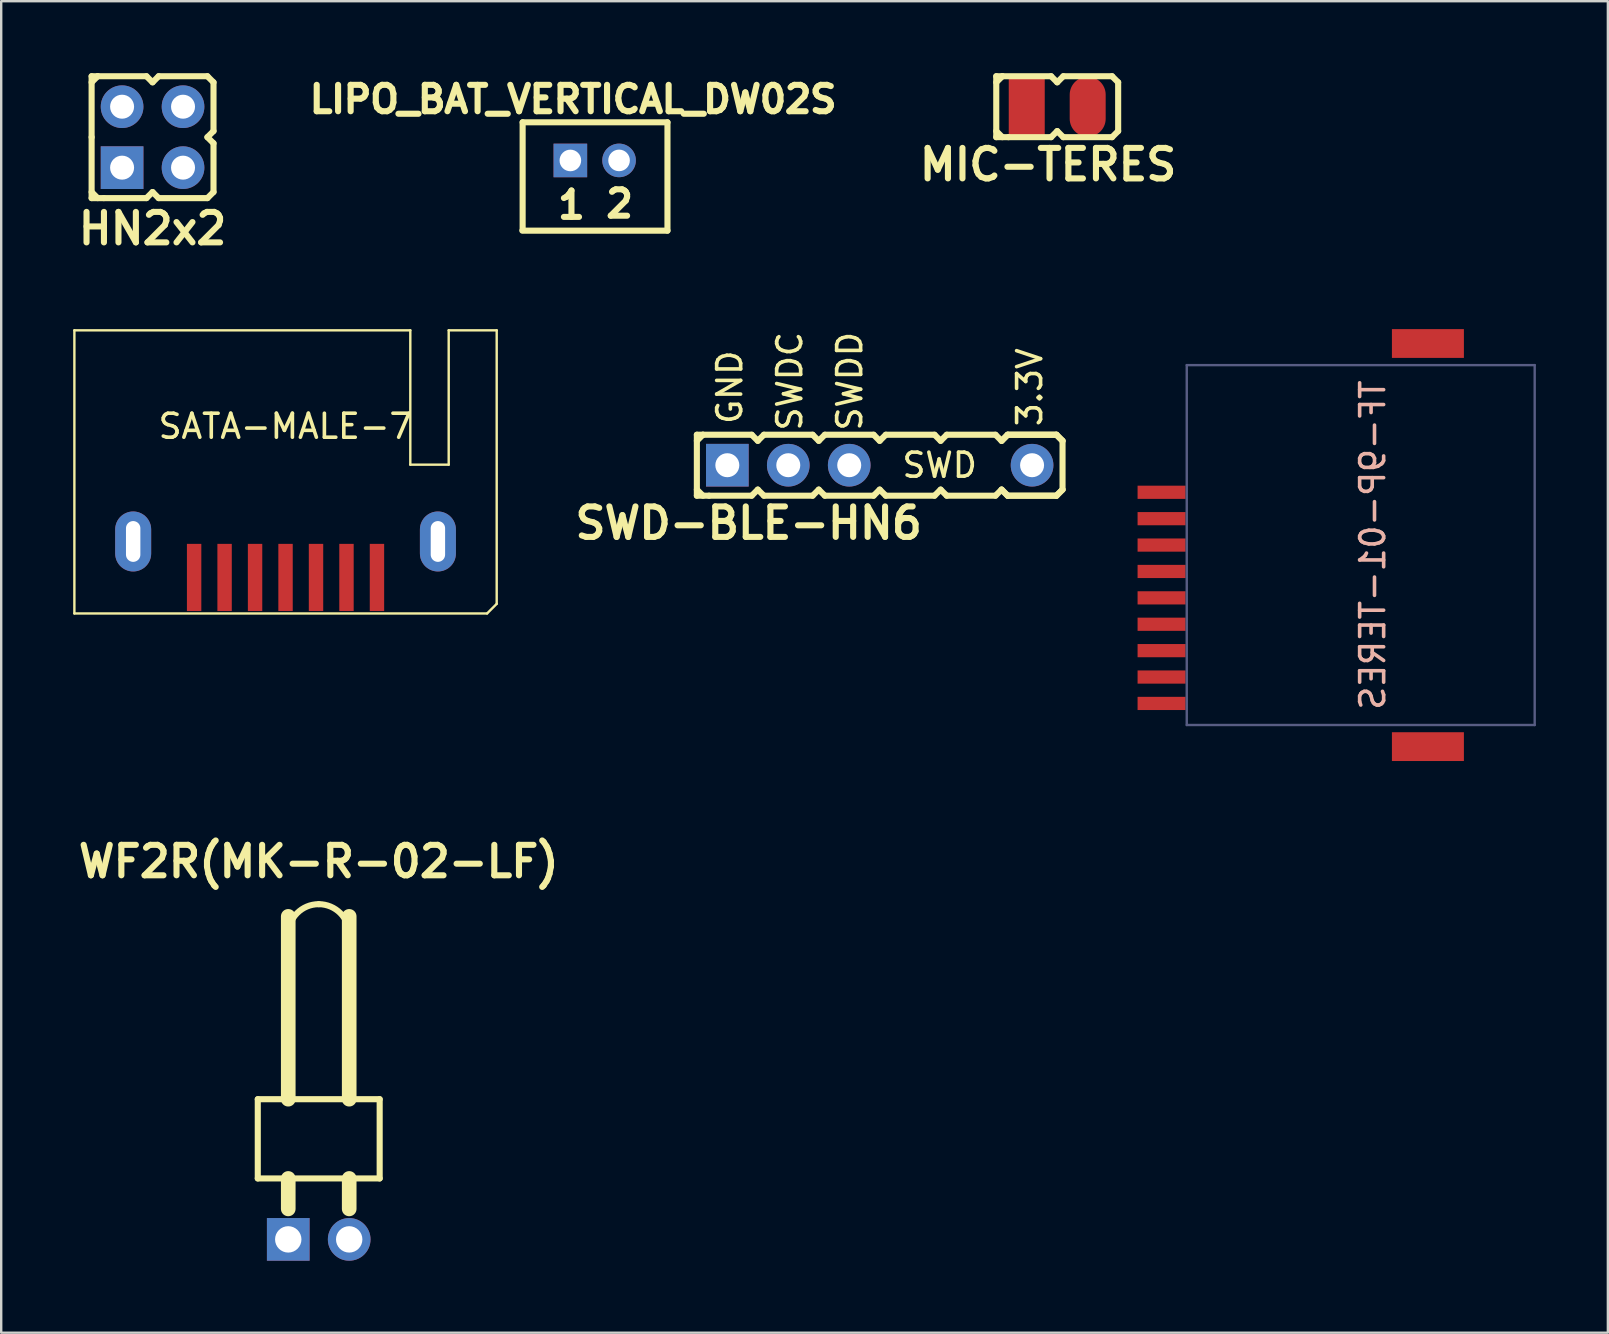
<source format=kicad_pcb>
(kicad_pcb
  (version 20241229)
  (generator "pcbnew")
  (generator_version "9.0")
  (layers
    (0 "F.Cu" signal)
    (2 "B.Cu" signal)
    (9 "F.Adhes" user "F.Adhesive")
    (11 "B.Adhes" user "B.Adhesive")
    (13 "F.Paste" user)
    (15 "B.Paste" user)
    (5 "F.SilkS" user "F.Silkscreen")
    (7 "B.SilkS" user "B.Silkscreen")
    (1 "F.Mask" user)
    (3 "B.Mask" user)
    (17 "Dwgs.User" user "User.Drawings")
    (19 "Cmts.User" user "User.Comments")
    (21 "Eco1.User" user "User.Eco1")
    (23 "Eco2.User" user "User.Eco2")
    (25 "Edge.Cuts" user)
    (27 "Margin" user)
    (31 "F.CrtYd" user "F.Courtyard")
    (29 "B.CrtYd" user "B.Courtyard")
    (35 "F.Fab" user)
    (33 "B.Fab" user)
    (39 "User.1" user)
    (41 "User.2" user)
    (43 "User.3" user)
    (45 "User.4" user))
  (footprint "HN2x2"
    (layer "F.Cu")
    (at 3.308 2.667)
    (property "Reference" "HN2x2" (at 0 3.81 0) (layer "F.SilkS") (effects (font (size 1.27 1.27) (thickness 0.254))))
    (attr smd)
    (fp_line (start -2.54 -2.54) (end -2.54 0) (stroke (width 0.254) (type solid)) (layer "F.SilkS"))
    (fp_line (start -2.54 -2.54) (end -2.286 -2.54) (stroke (width 0.254) (type solid)) (layer "F.SilkS"))
    (fp_line (start -2.54 -2.286) (end -2.286 -2.54) (stroke (width 0.254) (type solid)) (layer "F.SilkS"))
    (fp_line (start -2.54 0) (end -2.54 2.54) (stroke (width 0.254) (type solid)) (layer "F.SilkS"))
    (fp_line (start -2.286 -2.54) (end -0.254 -2.54) (stroke (width 0.254) (type solid)) (layer "F.SilkS"))
    (fp_line (start -2.286 2.54) (end -2.54 2.286) (stroke (width 0.254) (type solid)) (layer "F.SilkS"))
    (fp_line (start -2.032 2.54) (end -2.54 2.54) (stroke (width 0.254) (type solid)) (layer "F.SilkS"))
    (fp_line (start -0.254 -2.54) (end 0 -2.286) (stroke (width 0.254) (type solid)) (layer "F.SilkS"))
    (fp_line (start -0.254 2.54) (end -2.032 2.54) (stroke (width 0.254) (type solid)) (layer "F.SilkS"))
    (fp_line (start 0 -2.286) (end 0.254 -2.54) (stroke (width 0.254) (type solid)) (layer "F.SilkS"))
    (fp_line (start 0 2.286) (end -0.254 2.54) (stroke (width 0.254) (type solid)) (layer "F.SilkS"))
    (fp_line (start 0.254 -2.54) (end 2.286 -2.54) (stroke (width 0.254) (type solid)) (layer "F.SilkS"))
    (fp_line (start 0.254 2.54) (end 0 2.286) (stroke (width 0.254) (type solid)) (layer "F.SilkS"))
    (fp_line (start 2.286 -2.54) (end 2.54 -2.286) (stroke (width 0.254) (type solid)) (layer "F.SilkS"))
    (fp_line (start 2.286 0) (end 2.54 0.254) (stroke (width 0.254) (type solid)) (layer "F.SilkS"))
    (fp_line (start 2.286 2.54) (end 0.254 2.54) (stroke (width 0.254) (type solid)) (layer "F.SilkS"))
    (fp_line (start 2.286 2.54) (end 2.54 2.286) (stroke (width 0.254) (type solid)) (layer "F.SilkS"))
    (fp_line (start 2.54 -2.286) (end 2.54 -0.254) (stroke (width 0.254) (type solid)) (layer "F.SilkS"))
    (fp_line (start 2.54 -0.254) (end 2.286 0) (stroke (width 0.254) (type solid)) (layer "F.SilkS"))
    (fp_line (start 2.54 0.254) (end 2.54 2.286) (stroke (width 0.254) (type solid)) (layer "F.SilkS"))
    (pad "1" thru_hole rect (at -1.27 1.27) (size 1.778 1.778) (drill 1) (layers "*.Cu" "*.Mask"))
    (pad "2" thru_hole oval (at -1.27 -1.27) (size 1.778 1.778) (drill 1) (layers "*.Cu" "*.Mask"))
    (pad "3" thru_hole circle (at 1.27 1.27) (size 1.778 1.778) (drill 1) (layers "*.Cu" "*.Mask"))
    (pad "4" thru_hole circle (at 1.27 -1.27) (size 1.778 1.778) (drill 1) (layers "*.Cu" "*.Mask")))
  (footprint "MIC-TERES"
    (layer "F.Cu")
    (at 41.01 1.397)
    (property "Reference" "MIC-TERES" (at -0.381 2.413 0) (layer "F.SilkS") (effects (font (size 1.27 1.27) (thickness 0.254))))
    (attr smd)
    (fp_line (start -2.54 -1.27) (end -2.54 1.27) (stroke (width 0.254) (type solid)) (layer "F.SilkS"))
    (fp_line (start -2.54 -1.27) (end -2.286 -1.27) (stroke (width 0.254) (type solid)) (layer "F.SilkS"))
    (fp_line (start -2.54 -1.016) (end -2.286 -1.27) (stroke (width 0.254) (type solid)) (layer "F.SilkS"))
    (fp_line (start -2.286 -1.27) (end -0.254 -1.27) (stroke (width 0.254) (type solid)) (layer "F.SilkS"))
    (fp_line (start -2.286 1.27) (end -2.54 1.016) (stroke (width 0.254) (type solid)) (layer "F.SilkS"))
    (fp_line (start -2.032 1.27) (end -2.54 1.27) (stroke (width 0.254) (type solid)) (layer "F.SilkS"))
    (fp_line (start -0.254 -1.27) (end 0 -1.016) (stroke (width 0.254) (type solid)) (layer "F.SilkS"))
    (fp_line (start -0.254 1.27) (end -2.032 1.27) (stroke (width 0.254) (type solid)) (layer "F.SilkS"))
    (fp_line (start 0 -1.016) (end 0.254 -1.27) (stroke (width 0.254) (type solid)) (layer "F.SilkS"))
    (fp_line (start 0 1.016) (end -0.254 1.27) (stroke (width 0.254) (type solid)) (layer "F.SilkS"))
    (fp_line (start 0.254 -1.27) (end 2.286 -1.27) (stroke (width 0.254) (type solid)) (layer "F.SilkS"))
    (fp_line (start 0.254 1.27) (end 0 1.016) (stroke (width 0.254) (type solid)) (layer "F.SilkS"))
    (fp_line (start 2.286 -1.27) (end 2.54 -1.016) (stroke (width 0.254) (type solid)) (layer "F.SilkS"))
    (fp_line (start 2.286 1.27) (end 0.254 1.27) (stroke (width 0.254) (type solid)) (layer "F.SilkS"))
    (fp_line (start 2.286 1.27) (end 2.54 1.016) (stroke (width 0.254) (type solid)) (layer "F.SilkS"))
    (fp_line (start 2.54 -1.016) (end 2.54 1.016) (stroke (width 0.254) (type solid)) (layer "F.SilkS"))
    (pad "1" smd rect (at -1.27 0 90) (size 2.5 1.5) (layers "F.Cu" "F.Mask"))
    (pad "2" smd oval (at 1.27 0 90) (size 2.5 1.5) (layers "F.Cu" "F.Mask")))
  (footprint "SWD-BLE-HN6"
    (layer "F.Cu")
    (at 33.612 16.338)
    (property "Reference" "SWD-BLE-HN6" (at -5.461 2.413 0) (layer "F.SilkS") (effects (font (size 1.27 1.27) (thickness 0.254))))
    (attr smd)
    (fp_line (start -7.62 -1.27) (end -7.62 1.27) (stroke (width 0.254) (type solid)) (layer "F.SilkS"))
    (fp_line (start -7.62 -1.27) (end -7.366 -1.27) (stroke (width 0.254) (type solid)) (layer "F.SilkS"))
    (fp_line (start -7.62 -1.016) (end -7.366 -1.27) (stroke (width 0.254) (type solid)) (layer "F.SilkS"))
    (fp_line (start -7.366 -1.27) (end -5.334 -1.27) (stroke (width 0.254) (type solid)) (layer "F.SilkS"))
    (fp_line (start -7.366 1.27) (end -7.62 1.016) (stroke (width 0.254) (type solid)) (layer "F.SilkS"))
    (fp_line (start -7.112 1.27) (end -7.62 1.27) (stroke (width 0.254) (type solid)) (layer "F.SilkS"))
    (fp_line (start -5.334 -1.27) (end -5.08 -1.016) (stroke (width 0.254) (type solid)) (layer "F.SilkS"))
    (fp_line (start -5.334 1.27) (end -7.112 1.27) (stroke (width 0.254) (type solid)) (layer "F.SilkS"))
    (fp_line (start -5.08 -1.016) (end -4.826 -1.27) (stroke (width 0.254) (type solid)) (layer "F.SilkS"))
    (fp_line (start -5.08 1.016) (end -5.334 1.27) (stroke (width 0.254) (type solid)) (layer "F.SilkS"))
    (fp_line (start -4.826 -1.27) (end -2.794 -1.27) (stroke (width 0.254) (type solid)) (layer "F.SilkS"))
    (fp_line (start -4.826 1.27) (end -5.08 1.016) (stroke (width 0.254) (type solid)) (layer "F.SilkS"))
    (fp_line (start -2.794 -1.27) (end -2.54 -1.016) (stroke (width 0.254) (type solid)) (layer "F.SilkS"))
    (fp_line (start -2.794 1.27) (end -4.826 1.27) (stroke (width 0.254) (type solid)) (layer "F.SilkS"))
    (fp_line (start -2.794 1.27) (end -2.54 1.016) (stroke (width 0.254) (type solid)) (layer "F.SilkS"))
    (fp_line (start -2.54 -1.016) (end -2.286 -1.27) (stroke (width 0.254) (type solid)) (layer "F.SilkS"))
    (fp_line (start -2.54 1.016) (end -2.286 1.27) (stroke (width 0.254) (type solid)) (layer "F.SilkS"))
    (fp_line (start -2.286 -1.27) (end -0.254 -1.27) (stroke (width 0.254) (type solid)) (layer "F.SilkS"))
    (fp_line (start -0.254 -1.27) (end 0 -1.016) (stroke (width 0.254) (type solid)) (layer "F.SilkS"))
    (fp_line (start -0.254 1.27) (end -2.286 1.27) (stroke (width 0.254) (type solid)) (layer "F.SilkS"))
    (fp_line (start 0 -1.016) (end 0.254 -1.27) (stroke (width 0.254) (type solid)) (layer "F.SilkS"))
    (fp_line (start 0 1.016) (end -0.254 1.27) (stroke (width 0.254) (type solid)) (layer "F.SilkS"))
    (fp_line (start 0.254 -1.27) (end 2.286 -1.27) (stroke (width 0.254) (type solid)) (layer "F.SilkS"))
    (fp_line (start 0.254 1.27) (end 0 1.016) (stroke (width 0.254) (type solid)) (layer "F.SilkS"))
    (fp_line (start 2.286 -1.27) (end 2.54 -1.016) (stroke (width 0.254) (type solid)) (layer "F.SilkS"))
    (fp_line (start 2.286 1.27) (end 0.254 1.27) (stroke (width 0.254) (type solid)) (layer "F.SilkS"))
    (fp_line (start 2.54 -1.016) (end 2.794 -1.27) (stroke (width 0.254) (type solid)) (layer "F.SilkS"))
    (fp_line (start 2.54 1.016) (end 2.286 1.27) (stroke (width 0.254) (type solid)) (layer "F.SilkS"))
    (fp_line (start 2.794 -1.27) (end 4.826 -1.27) (stroke (width 0.254) (type solid)) (layer "F.SilkS"))
    (fp_line (start 2.794 1.27) (end 2.54 1.016) (stroke (width 0.254) (type solid)) (layer "F.SilkS"))
    (fp_line (start 4.826 -1.27) (end 5.08 -1.016) (stroke (width 0.254) (type solid)) (layer "F.SilkS"))
    (fp_line (start 4.826 1.27) (end 2.794 1.27) (stroke (width 0.254) (type solid)) (layer "F.SilkS"))
    (fp_line (start 5.08 -1.016) (end 5.334 -1.27) (stroke (width 0.254) (type solid)) (layer "F.SilkS"))
    (fp_line (start 5.08 -1.016) (end 5.334 -1.27) (stroke (width 0.254) (type solid)) (layer "F.SilkS"))
    (fp_line (start 5.08 1.016) (end 4.826 1.27) (stroke (width 0.254) (type solid)) (layer "F.SilkS"))
    (fp_line (start 5.334 -1.27) (end 7.366 -1.27) (stroke (width 0.254) (type solid)) (layer "F.SilkS"))
    (fp_line (start 5.334 -1.27) (end 7.366 -1.27) (stroke (width 0.254) (type solid)) (layer "F.SilkS"))
    (fp_line (start 5.334 1.27) (end 5.08 1.016) (stroke (width 0.254) (type solid)) (layer "F.SilkS"))
    (fp_line (start 5.334 1.27) (end 5.08 1.016) (stroke (width 0.254) (type solid)) (layer "F.SilkS"))
    (fp_line (start 7.366 -1.27) (end 7.62 -1.016) (stroke (width 0.254) (type solid)) (layer "F.SilkS"))
    (fp_line (start 7.366 -1.27) (end 7.62 -1.016) (stroke (width 0.254) (type solid)) (layer "F.SilkS"))
    (fp_line (start 7.366 1.27) (end 5.334 1.27) (stroke (width 0.254) (type solid)) (layer "F.SilkS"))
    (fp_line (start 7.366 1.27) (end 5.334 1.27) (stroke (width 0.254) (type solid)) (layer "F.SilkS"))
    (fp_line (start 7.62 -1.016) (end 7.62 1.016) (stroke (width 0.254) (type solid)) (layer "F.SilkS"))
    (fp_line (start 7.62 1.016) (end 7.366 1.27) (stroke (width 0.254) (type solid)) (layer "F.SilkS"))
    (fp_line (start 7.62 1.016) (end 7.366 1.27) (stroke (width 0.254) (type solid)) (layer "F.SilkS"))
    (fp_text user "SWDC" (at -3.75 -3.5 90) (layer "F.SilkS") (effects (font (size 1 1) (thickness 0.15))))
    (fp_text user "GND" (at -6.25 -3.25 90) (layer "F.SilkS") (effects (font (size 1 1) (thickness 0.15))))
    (fp_text user "3.3V" (at 6.25 -3.25 90) (layer "F.SilkS") (effects (font (size 1 1) (thickness 0.15))))
    (fp_text user "SWD" (at 2.5 0 0) (layer "F.SilkS") (effects (font (size 1 1) (thickness 0.15))))
    (fp_text user "SWDD" (at -1.25 -3.5 90) (layer "F.SilkS") (effects (font (size 1 1) (thickness 0.15))))
    (pad "1" thru_hole rect (at -6.35 0) (size 1.778 1.778) (drill 1) (layers "*.Cu" "*.Mask"))
    (pad "2" thru_hole circle (at -3.81 0) (size 1.778 1.778) (drill 1) (layers "*.Cu" "*.Mask"))
    (pad "3" thru_hole circle (at -1.27 0) (size 1.778 1.778) (drill 1) (layers "*.Cu" "*.Mask"))
    (pad "6" thru_hole circle (at 6.35 0) (size 1.778 1.778) (drill 1) (layers "*.Cu" "*.Mask")))
  (footprint "LIPO_BAT_VERTICAL_DW02S"
    (layer "F.Cu")
    (at 21.749 7.173)
    (property "Reference" "LIPO_BAT_VERTICAL_DW02S" (at -0.914 -6.083 0) (layer "F.SilkS") (effects (font (size 1.1 1.1) (thickness 0.254))))
    (attr smd)
    (fp_line (start -3.03 -0.61) (end 3.018 -0.61) (stroke (width 0.254) (type solid)) (layer "F.SilkS"))
    (fp_line (start -3.018 -5.126) (end -3.018 -0.632) (stroke (width 0.254) (type solid)) (layer "F.SilkS"))
    (fp_line (start 3.018 -5.126) (end -3.018 -5.126) (stroke (width 0.254) (type solid)) (layer "F.SilkS"))
    (fp_line (start 3.018 -0.61) (end 3.018 -5.126) (stroke (width 0.254) (type solid)) (layer "F.SilkS"))
    (fp_text user "2" (at 1.021 -1.73 0) (layer "F.SilkS") (effects (font (size 1.1 1.1) (thickness 0.254))))
    (fp_text user "1" (at -0.983 -1.679 0) (layer "F.SilkS") (effects (font (size 1.1 1.1) (thickness 0.254))))
    (pad "1" thru_hole rect (at -1.029 -3.536) (size 1.4 1.4) (drill 0.9) (layers "*.Cu" "*.Mask"))
    (pad "2" thru_hole circle (at 1.001 -3.538) (size 1.4 1.4) (drill 0.9) (layers "*.Cu" "*.Mask")))
  (footprint "SATA-MALE-7"
    (layer "F.Cu")
    (at 8.85 19.516)
    (property "Reference" "SATA-MALE-7" (at 0 -4.8 0) (layer "F.SilkS") (effects (font (size 1 1) (thickness 0.15))))
    (attr through_hole)
    (fp_line (start -8.8 -8.8) (end -8.8 3) (stroke (width 0.1) (type solid)) (layer "F.SilkS"))
    (fp_line (start -8.8 3) (end 8.4 3) (stroke (width 0.1) (type solid)) (layer "F.SilkS"))
    (fp_line (start 5.2 -8.8) (end -8.8 -8.8) (stroke (width 0.1) (type solid)) (layer "F.SilkS"))
    (fp_line (start 5.2 -3.2) (end 5.2 -8.8) (stroke (width 0.1) (type solid)) (layer "F.SilkS"))
    (fp_line (start 6.8 -8.8) (end 6.8 -3.2) (stroke (width 0.1) (type solid)) (layer "F.SilkS"))
    (fp_line (start 6.8 -3.2) (end 5.2 -3.2) (stroke (width 0.1) (type solid)) (layer "F.SilkS"))
    (fp_line (start 8.4 3) (end 8.8 2.6) (stroke (width 0.1) (type solid)) (layer "F.SilkS"))
    (fp_line (start 8.8 -8.8) (end 6.8 -8.8) (stroke (width 0.1) (type solid)) (layer "F.SilkS"))
    (fp_line (start 8.8 2.6) (end 8.8 -8.8) (stroke (width 0.1) (type solid)) (layer "F.SilkS"))
    (pad "0" thru_hole oval (at -6.35 0) (size 1.5 2.5) (drill oval 0.6 1.7) (layers "*.Cu" "*.Mask" "F.Paste"))
    (pad "0" thru_hole oval (at 6.35 0) (size 1.5 2.5) (drill oval 0.6 1.7) (layers "*.Cu" "*.Mask" "F.Paste"))
    (pad "1" smd rect (at -3.81 1.5) (size 0.6 2.8) (layers "F.Cu" "F.Mask" "F.Paste"))
    (pad "2" smd rect (at -2.54 1.5) (size 0.6 2.8) (layers "F.Cu" "F.Mask" "F.Paste"))
    (pad "3" smd rect (at -1.27 1.5) (size 0.6 2.8) (layers "F.Cu" "F.Mask" "F.Paste"))
    (pad "4" smd rect (at 0 1.5) (size 0.6 2.8) (layers "F.Cu" "F.Mask" "F.Paste"))
    (pad "5" smd rect (at 1.27 1.5) (size 0.6 2.8) (layers "F.Cu" "F.Mask" "F.Paste"))
    (pad "6" smd rect (at 2.54 1.5) (size 0.6 2.8) (layers "F.Cu" "F.Mask" "F.Paste"))
    (pad "7" smd rect (at 3.81 1.5) (size 0.6 2.8) (layers "F.Cu" "F.Mask" "F.Paste")))
  (footprint "WF2R(MK-R-02-LF)"
    (layer "F.Cu")
    (at 10.233 44.792)
    (property "Reference" "WF2R(MK-R-02-LF)" (at 0 -11.938 0) (layer "F.SilkS") (effects (font (size 1.27 1.27) (thickness 0.254))))
    (attr exclude_from_pos_files exclude_from_bom)
    (fp_line (start -2.54 -2.032) (end -2.54 1.27) (stroke (width 0.254) (type solid)) (layer "F.SilkS"))
    (fp_line (start -2.54 1.27) (end -1.27 1.27) (stroke (width 0.254) (type solid)) (layer "F.SilkS"))
    (fp_line (start -1.27 -2.032) (end -2.54 -2.032) (stroke (width 0.254) (type solid)) (layer "F.SilkS"))
    (fp_line (start -1.27 -2.032) (end -1.27 -9.652) (stroke (width 0.61) (type solid)) (layer "F.SilkS"))
    (fp_line (start -1.27 -2.032) (end -1.27 -8.89) (stroke (width 0.254) (type solid)) (layer "F.SilkS"))
    (fp_line (start -1.27 1.27) (end -1.27 2.54) (stroke (width 0.61) (type solid)) (layer "F.SilkS"))
    (fp_line (start -1.27 1.27) (end 1.27 1.27) (stroke (width 0.254) (type solid)) (layer "F.SilkS"))
    (fp_line (start 1.27 -8.89) (end 1.27 -2.032) (stroke (width 0.254) (type solid)) (layer "F.SilkS"))
    (fp_line (start 1.27 -2.032) (end -1.27 -2.032) (stroke (width 0.254) (type solid)) (layer "F.SilkS"))
    (fp_line (start 1.27 -2.032) (end 1.27 -9.652) (stroke (width 0.61) (type solid)) (layer "F.SilkS"))
    (fp_line (start 1.27 1.27) (end 1.27 2.54) (stroke (width 0.61) (type solid)) (layer "F.SilkS"))
    (fp_line (start 1.27 1.27) (end 2.54 1.27) (stroke (width 0.254) (type solid)) (layer "F.SilkS"))
    (fp_line (start 2.54 -2.032) (end 1.27 -2.032) (stroke (width 0.254) (type solid)) (layer "F.SilkS"))
    (fp_line (start 2.54 1.27) (end 2.54 -2.032) (stroke (width 0.254) (type solid)) (layer "F.SilkS"))
    (fp_arc (start -1.27 -8.89) (mid -0.898026 -9.788026) (end 0 -10.16) (stroke (width 0.254) (type solid)) (layer "F.SilkS"))
    (fp_arc (start 0 -10.16) (mid 0.898026 -9.788026) (end 1.27 -8.89) (stroke (width 0.254) (type solid)) (layer "F.SilkS"))
    (pad "1" thru_hole rect (at -1.27 3.81) (size 1.778 1.778) (drill 1.1) (layers "*.Cu" "*.Mask"))
    (pad "2" thru_hole circle (at 1.27 3.81) (size 1.778 1.778) (drill 1.1) (layers "*.Cu" "*.Mask")))
  (footprint "TF-9P-01-TERES"
    (layer "F.Cu")
    (at 53.659 19.666)
    (property "Reference" "TF-9P-01-TERES" (at 0.5 0 270) (layer "B.SilkS") (effects (font (size 1 1) (thickness 0.15)) (justify mirror)))
    (attr through_hole)
    (fp_line (start -7.25 -7.5) (end 7.25 -7.5) (stroke (width 0.1) (type solid)) (layer "B.Fab"))
    (fp_line (start -7.25 7.5) (end -7.25 -7.5) (stroke (width 0.1) (type solid)) (layer "B.Fab"))
    (fp_line (start 7.25 -7.5) (end 7.25 7.5) (stroke (width 0.1) (type solid)) (layer "B.Fab"))
    (fp_line (start 7.25 7.5) (end -7.25 7.5) (stroke (width 0.1) (type solid)) (layer "B.Fab"))
    (pad "0" smd rect (at 2.8 -8.4 270) (size 1.2 3) (layers "F.Cu" "F.Mask" "F.Paste"))
    (pad "0" smd rect (at 2.8 8.4 270) (size 1.2 3) (layers "F.Cu" "F.Mask" "F.Paste"))
    (pad "1" smd rect (at -8.3 -2.2 270) (size 0.55 2) (layers "F.Cu" "F.Mask" "F.Paste"))
    (pad "2" smd rect (at -8.3 -1.1 270) (size 0.55 2) (layers "F.Cu" "F.Mask" "F.Paste"))
    (pad "3" smd rect (at -8.3 0 270) (size 0.55 2) (layers "F.Cu" "F.Mask" "F.Paste"))
    (pad "4" smd rect (at -8.3 1.1 270) (size 0.55 2) (layers "F.Cu" "F.Mask" "F.Paste"))
    (pad "5" smd rect (at -8.3 2.2 270) (size 0.55 2) (layers "F.Cu" "F.Mask" "F.Paste"))
    (pad "6" smd rect (at -8.3 3.3 270) (size 0.55 2) (layers "F.Cu" "F.Mask" "F.Paste"))
    (pad "7" smd rect (at -8.3 4.4 270) (size 0.55 2) (layers "F.Cu" "F.Mask" "F.Paste"))
    (pad "8" smd rect (at -8.3 5.5 270) (size 0.55 2) (layers "F.Cu" "F.Mask" "F.Paste"))
    (pad "9" smd rect (at -8.3 6.6 270) (size 0.55 2) (layers "F.Cu" "F.Mask" "F.Paste")))
  (gr_rect
    (start -3 -3)
    (end 63.959 52.491)
    (stroke (width 0.1) (type default))
    (fill no)
    (layer "Edge.Cuts")))
</source>
